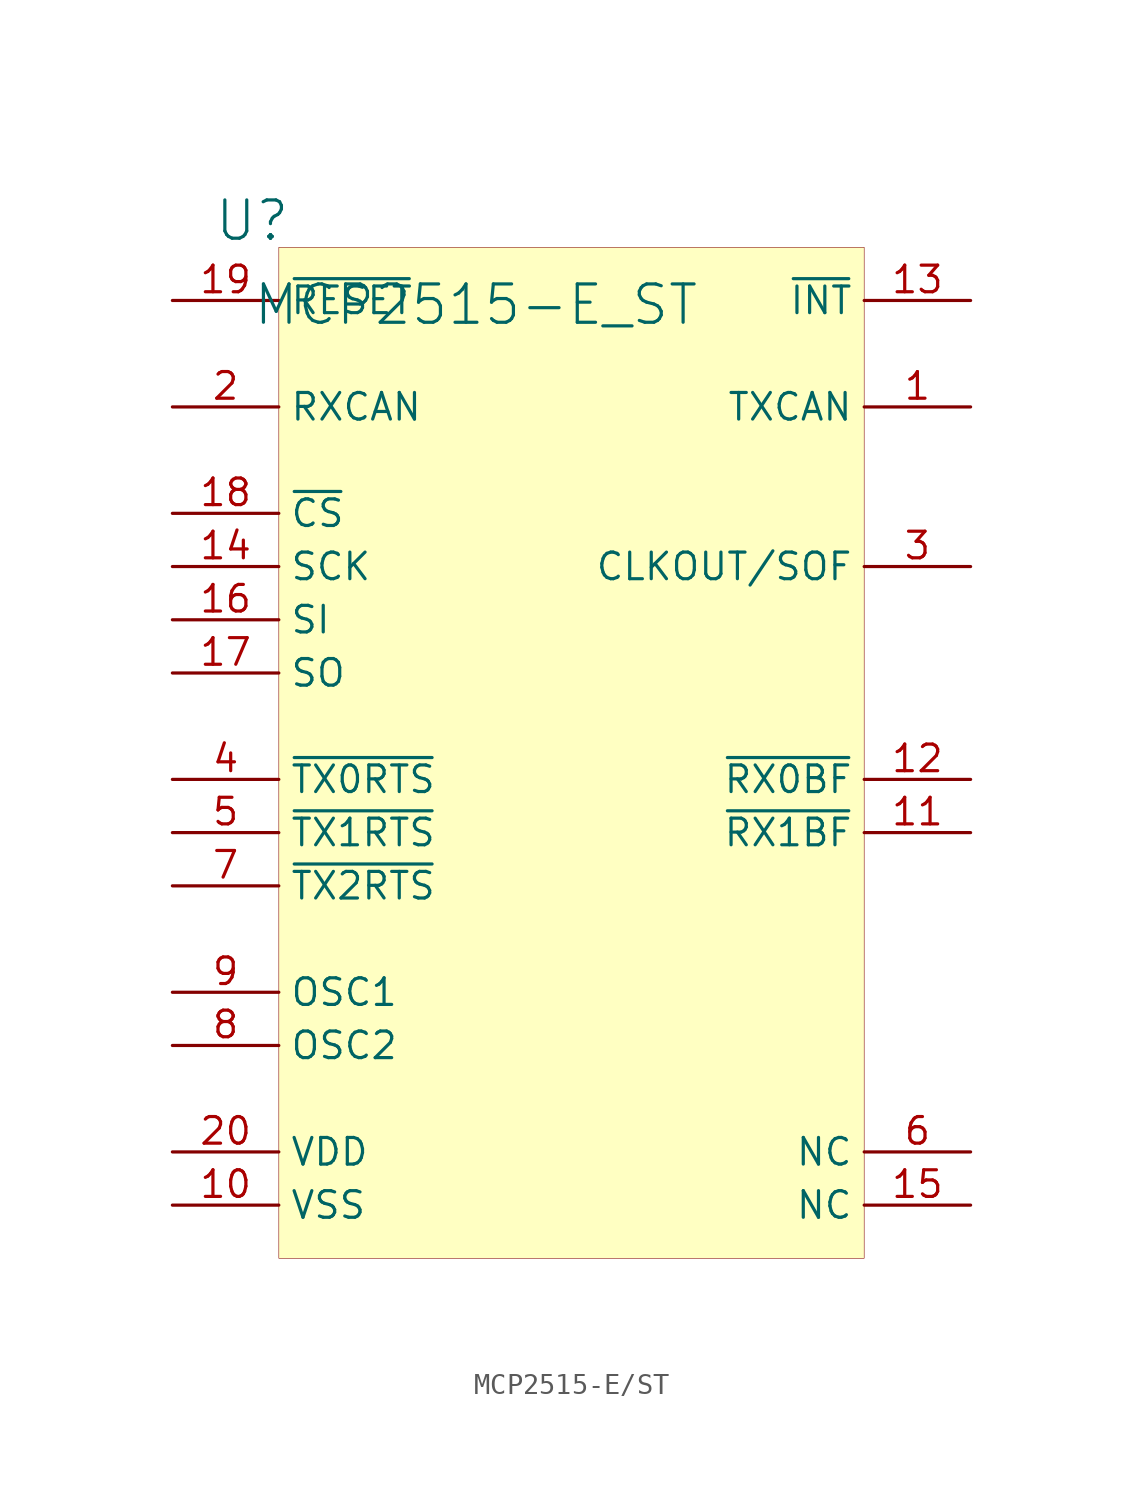
<source format=kicad_sym>
(kicad_symbol_lib
  (version 20241209)
  (generator "kicad_symbol_editor")
  (generator_version "9.0")
  (symbol "MCP2515-E/ST"
    (property "Reference" "U"
      (at -1.27 1.27 0)
      (effects (font (size 1.829 1.829))))
    (property "Value" "MCP2515-E_ST"
      (at -1.27 -3.81 0)
      (effects (font (size 1.829 1.829)) (justify left bottom)))
    (symbol "MCP2515-E/ST_1_0"
      (rectangle (start 27.94 0) (end 0 -48.26) (stroke (width 0.025) (type solid) (color 128 0 0 1)) (fill (type background)))
      (pin input line (at -5.08 -2.54 0) (length 5.08) (name "~{RESET}" (effects (font (size 1.27 1.27)))) (number "19" (effects (font (size 1.27 1.27)))))
      (pin input line (at -5.08 -7.62 0) (length 5.08) (name "RXCAN" (effects (font (size 1.27 1.27)))) (number "2" (effects (font (size 1.27 1.27)))))
      (pin input line (at -5.08 -12.7 0) (length 5.08) (name "~{CS}" (effects (font (size 1.27 1.27)))) (number "18" (effects (font (size 1.27 1.27)))))
      (pin input line (at -5.08 -15.24 0) (length 5.08) (name "SCK" (effects (font (size 1.27 1.27)))) (number "14" (effects (font (size 1.27 1.27)))))
      (pin input line (at -5.08 -17.78 0) (length 5.08) (name "SI" (effects (font (size 1.27 1.27)))) (number "16" (effects (font (size 1.27 1.27)))))
      (pin output line (at -5.08 -20.32 0) (length 5.08) (name "SO" (effects (font (size 1.27 1.27)))) (number "17" (effects (font (size 1.27 1.27)))))
      (pin input line (at -5.08 -25.4 0) (length 5.08) (name "~{TX0RTS}" (effects (font (size 1.27 1.27)))) (number "4" (effects (font (size 1.27 1.27)))))
      (pin input line (at -5.08 -27.94 0) (length 5.08) (name "~{TX1RTS}" (effects (font (size 1.27 1.27)))) (number "5" (effects (font (size 1.27 1.27)))))
      (pin input line (at -5.08 -30.48 0) (length 5.08) (name "~{TX2RTS}" (effects (font (size 1.27 1.27)))) (number "7" (effects (font (size 1.27 1.27)))))
      (pin input line (at -5.08 -35.56 0) (length 5.08) (name "OSC1" (effects (font (size 1.27 1.27)))) (number "9" (effects (font (size 1.27 1.27)))))
      (pin output line (at -5.08 -38.1 0) (length 5.08) (name "OSC2" (effects (font (size 1.27 1.27)))) (number "8" (effects (font (size 1.27 1.27)))))
      (pin power_in line (at -5.08 -43.18 0) (length 5.08) (name "VDD" (effects (font (size 1.27 1.27)))) (number "20" (effects (font (size 1.27 1.27)))))
      (pin power_in line (at -5.08 -45.72 0) (length 5.08) (name "VSS" (effects (font (size 1.27 1.27)))) (number "10" (effects (font (size 1.27 1.27)))))
      (pin output line (at 33.02 -2.54 180) (length 5.08) (name "~{INT}" (effects (font (size 1.27 1.27)))) (number "13" (effects (font (size 1.27 1.27)))))
      (pin output line (at 33.02 -7.62 180) (length 5.08) (name "TXCAN" (effects (font (size 1.27 1.27)))) (number "1" (effects (font (size 1.27 1.27)))))
      (pin output line (at 33.02 -15.24 180) (length 5.08) (name "CLKOUT/SOF" (effects (font (size 1.27 1.27)))) (number "3" (effects (font (size 1.27 1.27)))))
      (pin output line (at 33.02 -25.4 180) (length 5.08) (name "~{RX0BF}" (effects (font (size 1.27 1.27)))) (number "12" (effects (font (size 1.27 1.27)))))
      (pin output line (at 33.02 -27.94 180) (length 5.08) (name "~{RX1BF}" (effects (font (size 1.27 1.27)))) (number "11" (effects (font (size 1.27 1.27)))))
      (pin passive line (at 33.02 -43.18 180) (length 5.08) (name "NC" (effects (font (size 1.27 1.27)))) (number "6" (effects (font (size 1.27 1.27)))))
      (pin passive line (at 33.02 -45.72 180) (length 5.08) (name "NC" (effects (font (size 1.27 1.27)))) (number "15" (effects (font (size 1.27 1.27))))))))
</source>
